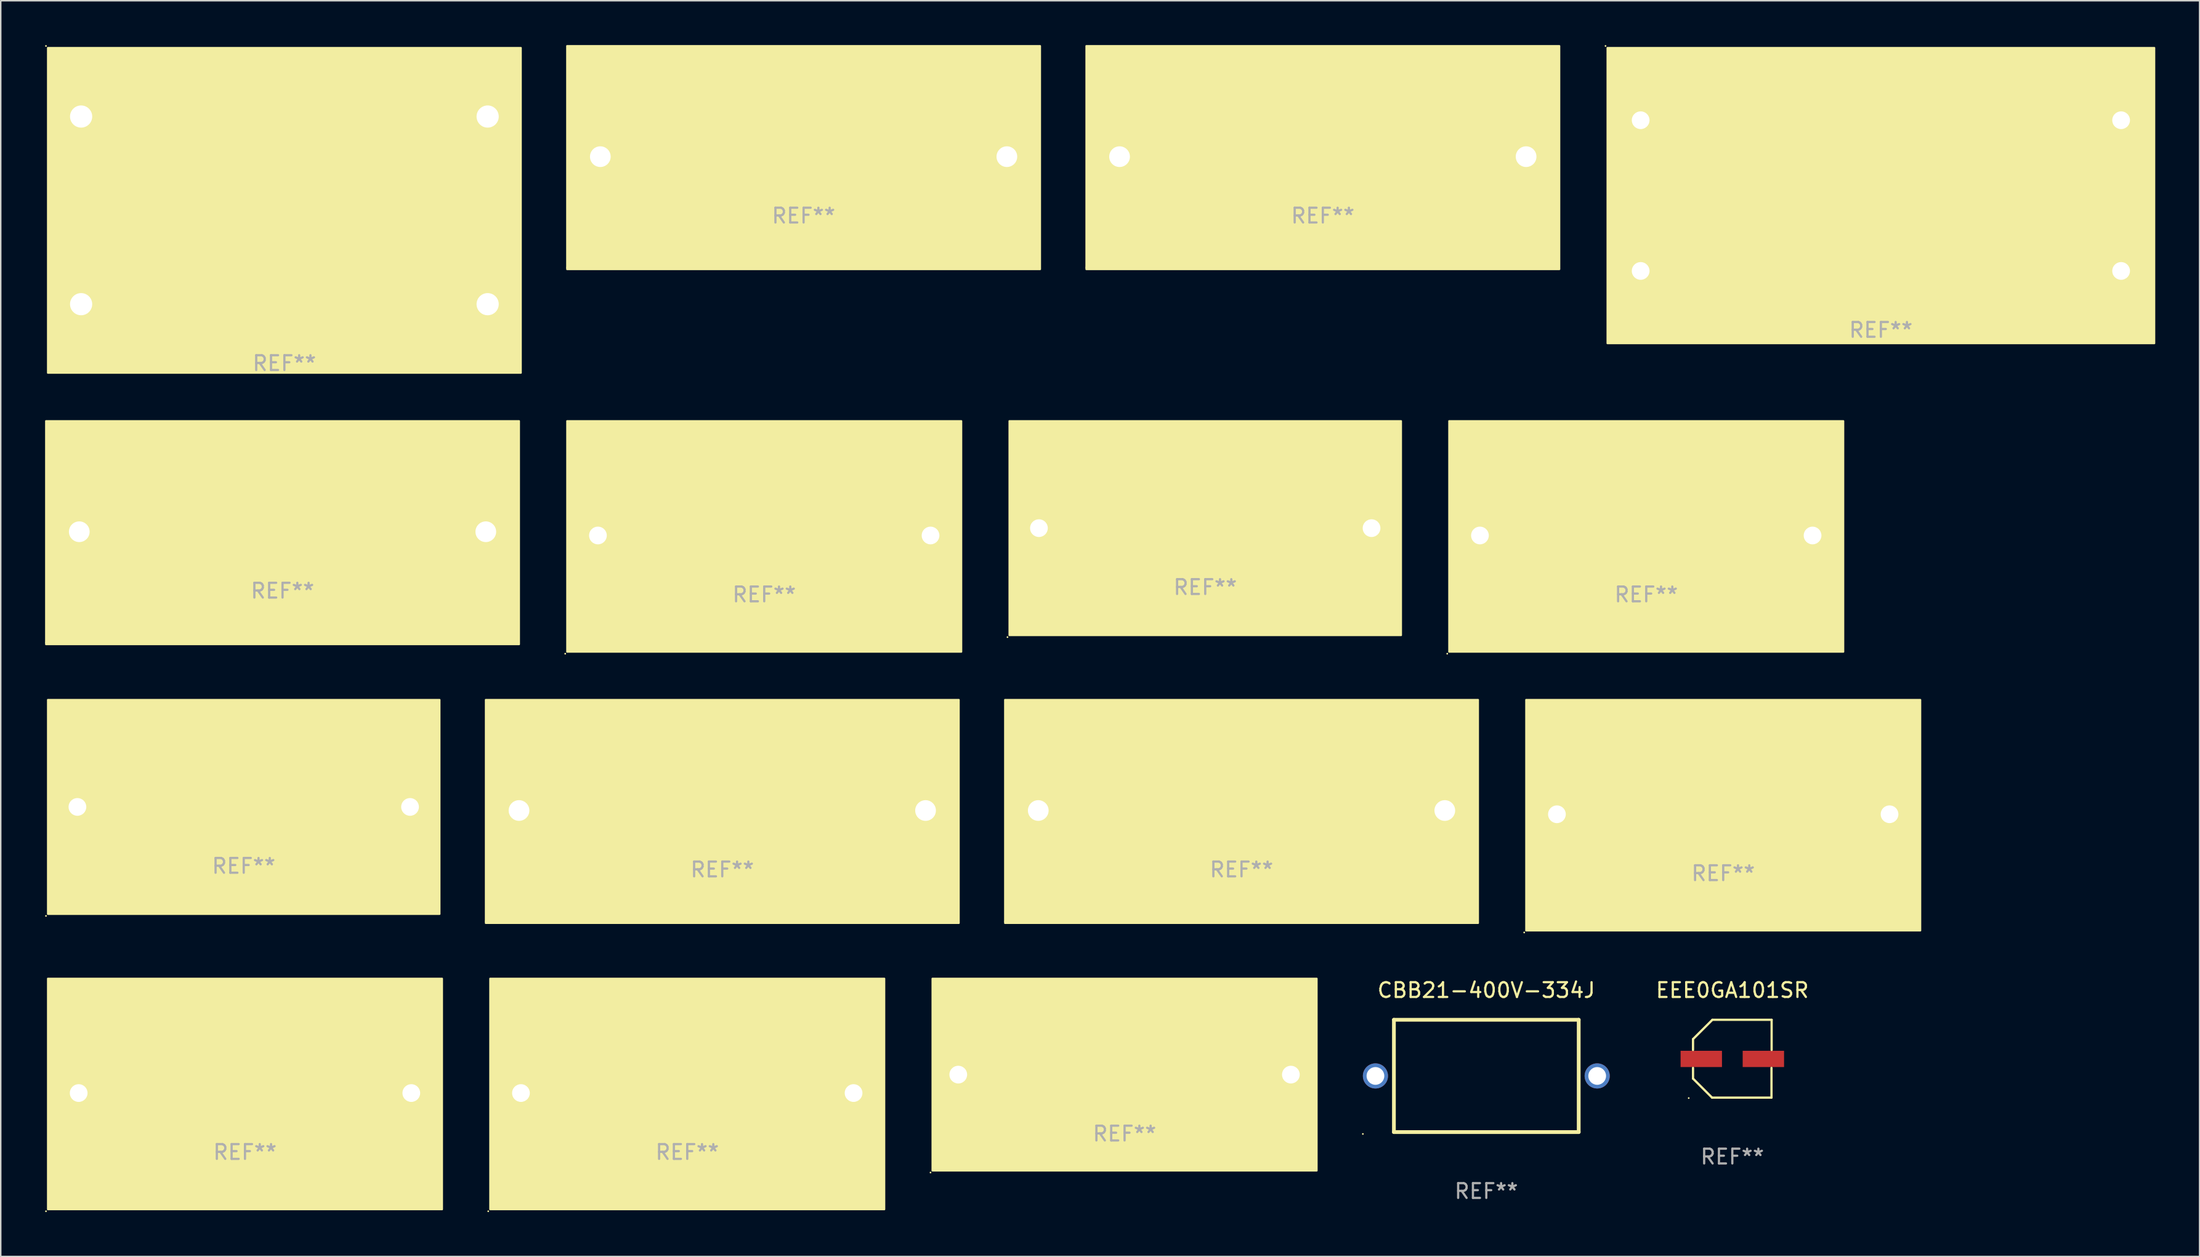
<source format=kicad_pcb>
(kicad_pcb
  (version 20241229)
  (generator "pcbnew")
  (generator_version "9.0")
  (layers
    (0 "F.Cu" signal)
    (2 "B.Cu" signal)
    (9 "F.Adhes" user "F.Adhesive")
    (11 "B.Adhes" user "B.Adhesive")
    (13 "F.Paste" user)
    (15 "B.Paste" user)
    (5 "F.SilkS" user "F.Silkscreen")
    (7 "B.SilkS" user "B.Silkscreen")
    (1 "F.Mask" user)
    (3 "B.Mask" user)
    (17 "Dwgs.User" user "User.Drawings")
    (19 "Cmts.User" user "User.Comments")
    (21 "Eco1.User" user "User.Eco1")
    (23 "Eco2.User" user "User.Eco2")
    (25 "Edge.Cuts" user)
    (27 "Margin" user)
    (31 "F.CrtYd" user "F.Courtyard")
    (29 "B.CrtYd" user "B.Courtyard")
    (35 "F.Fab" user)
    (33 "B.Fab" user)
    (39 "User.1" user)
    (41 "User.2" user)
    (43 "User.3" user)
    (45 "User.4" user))
  (footprint "C45S1684M9SC000"
    (layer "F.Cu")
    (at 113.517 52.06)
    (property "Reference" "C45S1684M9SC000" (at 0 -2 0) (layer "F.SilkS") (effects (font (size 1 1) (thickness 0.15))))
    (attr through_hole)
    (fp_circle (center -13.462 8.001) (end -13.432 8.001) (stroke (width 0.06) (type solid)) (fill no) (layer "F.SilkS"))
    (fp_poly (pts (xy -13.335 -7.747) (xy 13.335 -7.747) (xy 13.335 7.874) (xy -13.335 7.874)) (stroke (width 0.12) (type solid)) (fill yes) (layer "F.SilkS"))
    (fp_text user "REF**" (at 0 4 0) (layer "F.Fab") (effects (font (size 1 1) (thickness 0.15))))
    (pad "1" thru_hole circle (at -11.25 0) (size 2 2) (drill 1.2) (layers "*.Cu" "*.Mask"))
    (pad "2" thru_hole circle (at 11.25 0) (size 2 2) (drill 1.2) (layers "*.Cu" "*.Mask")))
  (footprint "C3D3L205KB00C00"
    (layer "F.Cu")
    (at 86.433 7.553)
    (property "Reference" "C3D3L205KB00C00" (at 0 -2 0) (layer "F.SilkS") (effects (font (size 1 1) (thickness 0.15))))
    (attr through_hole)
    (fp_circle (center -16 7.5) (end -15.97 7.5) (stroke (width 0.06) (type solid)) (fill no) (layer "F.SilkS"))
    (fp_poly (pts (xy -16.002 -7.493) (xy 16.002 -7.493) (xy 16.002 7.62) (xy -16.002 7.62)) (stroke (width 0.12) (type solid)) (fill yes) (layer "F.SilkS"))
    (fp_text user "REF**" (at 0 4 0) (layer "F.Fab") (effects (font (size 1 1) (thickness 0.15))))
    (pad "1" thru_hole circle (at -13.75 0) (size 2.2 2.2) (drill 1.4) (layers "*.Cu" "*.Mask"))
    (pad "2" thru_hole circle (at 13.75 0) (size 2.2 2.2) (drill 1.4) (layers "*.Cu" "*.Mask")))
  (footprint "C4BQ2225MBWC000"
    (layer "F.Cu")
    (at 16.062 32.938)
    (property "Reference" "C4BQ2225MBWC000" (at 0 -2 0) (layer "F.SilkS") (effects (font (size 1 1) (thickness 0.15))))
    (attr through_hole)
    (fp_circle (center -16 7.5) (end -15.97 7.5) (stroke (width 0.06) (type solid)) (fill no) (layer "F.SilkS"))
    (fp_poly (pts (xy -16.002 -7.493) (xy 16.002 -7.493) (xy 16.002 7.62) (xy -16.002 7.62)) (stroke (width 0.12) (type solid)) (fill yes) (layer "F.SilkS"))
    (fp_text user "REF**" (at 0 4 0) (layer "F.Fab") (effects (font (size 1 1) (thickness 0.15))))
    (pad "1" thru_hole circle (at -13.75 0) (size 2.2 2.2) (drill 1.4) (layers "*.Cu" "*.Mask"))
    (pad "2" thru_hole circle (at 13.75 0) (size 2.2 2.2) (drill 1.4) (layers "*.Cu" "*.Mask")))
  (footprint "C42Q2225K9AC320"
    (layer "F.Cu")
    (at 78.478 32.695)
    (property "Reference" "C42Q2225K9AC320" (at 0 -2 0) (layer "F.SilkS") (effects (font (size 1 1) (thickness 0.15))))
    (attr through_hole)
    (fp_circle (center -13.377 7.377) (end -13.347 7.377) (stroke (width 0.06) (type solid)) (fill no) (layer "F.SilkS"))
    (fp_poly (pts (xy -13.25 -7.25) (xy 13.25 -7.25) (xy 13.25 7.25) (xy -13.25 7.25)) (stroke (width 0.12) (type solid)) (fill yes) (layer "F.SilkS"))
    (fp_text user "REF**" (at 0 4 0) (layer "F.Fab") (effects (font (size 1 1) (thickness 0.15))))
    (pad "1" thru_hole circle (at -11.25 0) (size 2 2) (drill 1.2) (layers "*.Cu" "*.Mask"))
    (pad "2" thru_hole circle (at 11.25 0) (size 2 2) (drill 1.2) (layers "*.Cu" "*.Mask")))
  (footprint "C3D1U186JB02382"
    (layer "F.Cu")
    (at 16.187 11.187)
    (property "Reference" "C3D1U186JB02382" (at 0 -8.35 0) (layer "F.SilkS") (effects (font (size 1 1) (thickness 0.15))))
    (attr through_hole)
    (fp_circle (center -16.127 -11.127) (end -16.097 -11.127) (stroke (width 0.06) (type solid)) (fill no) (layer "F.SilkS"))
    (fp_poly (pts (xy -16 -11) (xy 16 -11) (xy 16 11) (xy -16 11)) (stroke (width 0.12) (type solid)) (fill yes) (layer "F.SilkS"))
    (fp_text user "REF**" (at 0 10.35 0) (layer "F.Fab") (effects (font (size 1 1) (thickness 0.15))))
    (pad "1" thru_hole circle (at -13.75 -6.35) (size 2.3 2.3) (drill 1.5) (layers "*.Cu" "*.Mask"))
    (pad "2" thru_hole circle (at 13.75 -6.35) (size 2.3 2.3) (drill 1.5) (layers "*.Cu" "*.Mask"))
    (pad "3" thru_hole circle (at -13.75 6.35) (size 2.3 2.3) (drill 1.5) (layers "*.Cu" "*.Mask"))
    (pad "4" thru_hole circle (at 13.75 6.35) (size 2.3 2.3) (drill 1.5) (layers "*.Cu" "*.Mask")))
  (footprint "CBB21-400V-185J"
    (layer "F.Cu")
    (at 73.021 69.681)
    (property "Reference" "CBB21-400V-185J" (at 0 -2 0) (layer "F.SilkS") (effects (font (size 1 1) (thickness 0.15))))
    (attr through_hole)
    (fp_circle (center -13.127 6.627) (end -13.097 6.627) (stroke (width 0.06) (type solid)) (fill no) (layer "F.SilkS"))
    (fp_poly (pts (xy -13 -6.5) (xy 13 -6.5) (xy 13 6.5) (xy -13 6.5)) (stroke (width 0.12) (type solid)) (fill yes) (layer "F.SilkS"))
    (fp_text user "REF**" (at 0 4 0) (layer "F.Fab") (effects (font (size 1 1) (thickness 0.15))))
    (pad "1" thru_hole circle (at -11.25 0) (size 1.8 1.8) (drill 1.2) (layers "*.Cu" "*.Mask"))
    (pad "2" thru_hole circle (at 11.25 0) (size 1.8 1.8) (drill 1.2) (layers "*.Cu" "*.Mask")))
  (footprint "EEE0GA101SR"
    (layer "F.Cu")
    (at 114.133 68.604)
    (property "Reference" "EEE0GA101SR" (at 0 -4.634 0) (layer "F.SilkS") (effects (font (size 1 1) (thickness 0.15))))
    (attr through_hole)
    (fp_line (start -2.659 -1.326) (end -2.659 -0.592) (stroke (width 0.152) (type solid)) (layer "F.SilkS"))
    (fp_line (start -2.659 1.346) (end -2.659 0.622) (stroke (width 0.152) (type solid)) (layer "F.SilkS"))
    (fp_line (start -1.372 2.634) (end -2.659 1.346) (stroke (width 0.152) (type solid)) (layer "F.SilkS"))
    (fp_line (start -1.349 -2.634) (end -2.659 -1.326) (stroke (width 0.152) (type solid)) (layer "F.SilkS"))
    (fp_line (start 2.649 0.622) (end 2.649 2.634) (stroke (width 0.152) (type solid)) (layer "F.SilkS"))
    (fp_line (start 2.649 2.634) (end -1.372 2.634) (stroke (width 0.152) (type solid)) (layer "F.SilkS"))
    (fp_line (start 2.659 -2.634) (end -1.349 -2.634) (stroke (width 0.152) (type solid)) (layer "F.SilkS"))
    (fp_line (start 2.659 -0.592) (end 2.659 -2.634) (stroke (width 0.152) (type solid)) (layer "F.SilkS"))
    (fp_circle (center -2.95 2.665) (end -2.92 2.665) (stroke (width 0.06) (type solid)) (fill no) (layer "F.SilkS"))
    (fp_text user "REF**" (at 0 6.634 0) (layer "F.Fab") (effects (font (size 1 1) (thickness 0.15))))
    (pad "1" smd rect (at -2.1 0.015) (size 2.8 1.1) (layers "F.Cu" "F.Mask" "F.Paste"))
    (pad "2" smd rect (at 2.1 0.015) (size 2.8 1.1) (layers "F.Cu" "F.Mask" "F.Paste")))
  (footprint "C352J395K9SC000"
    (layer "F.Cu")
    (at 13.522 70.928)
    (property "Reference" "C352J395K9SC000" (at 0 -2 0) (layer "F.SilkS") (effects (font (size 1 1) (thickness 0.15))))
    (attr through_hole)
    (fp_circle (center -13.462 8.001) (end -13.432 8.001) (stroke (width 0.06) (type solid)) (fill no) (layer "F.SilkS"))
    (fp_poly (pts (xy -13.335 -7.747) (xy 13.335 -7.747) (xy 13.335 7.874) (xy -13.335 7.874)) (stroke (width 0.12) (type solid)) (fill yes) (layer "F.SilkS"))
    (fp_text user "REF**" (at 0 4 0) (layer "F.Fab") (effects (font (size 1 1) (thickness 0.15))))
    (pad "1" thru_hole circle (at -11.25 0) (size 2 2) (drill 1.2) (layers "*.Cu" "*.Mask"))
    (pad "2" thru_hole circle (at 11.25 0) (size 2 2) (drill 1.2) (layers "*.Cu" "*.Mask")))
  (footprint "C3D1X405KB00C00"
    (layer "F.Cu")
    (at 51.309 7.553)
    (property "Reference" "C3D1X405KB00C00" (at 0 -2 0) (layer "F.SilkS") (effects (font (size 1 1) (thickness 0.15))))
    (attr through_hole)
    (fp_circle (center -16 7.5) (end -15.97 7.5) (stroke (width 0.06) (type solid)) (fill no) (layer "F.SilkS"))
    (fp_poly (pts (xy -16.002 -7.493) (xy 16.002 -7.493) (xy 16.002 7.62) (xy -16.002 7.62)) (stroke (width 0.12) (type solid)) (fill yes) (layer "F.SilkS"))
    (fp_text user "REF**" (at 0 4 0) (layer "F.Fab") (effects (font (size 1 1) (thickness 0.15))))
    (pad "1" thru_hole circle (at -13.75 0) (size 2.2 2.2) (drill 1.4) (layers "*.Cu" "*.Mask"))
    (pad "2" thru_hole circle (at 13.75 0) (size 2.2 2.2) (drill 1.4) (layers "*.Cu" "*.Mask")))
  (footprint "C42Q2335MBBC380"
    (layer "F.Cu")
    (at 80.933 51.806)
    (property "Reference" "C42Q2335MBBC380" (at 0 -2 0) (layer "F.SilkS") (effects (font (size 1 1) (thickness 0.15))))
    (attr through_hole)
    (fp_circle (center -16 7.5) (end -15.97 7.5) (stroke (width 0.06) (type solid)) (fill no) (layer "F.SilkS"))
    (fp_poly (pts (xy -16.002 -7.493) (xy 16.002 -7.493) (xy 16.002 7.62) (xy -16.002 7.62)) (stroke (width 0.12) (type solid)) (fill yes) (layer "F.SilkS"))
    (fp_text user "REF**" (at 0 4 0) (layer "F.Fab") (effects (font (size 1 1) (thickness 0.15))))
    (pad "1" thru_hole circle (at -13.75 0) (size 2.2 2.2) (drill 1.4) (layers "*.Cu" "*.Mask"))
    (pad "2" thru_hole circle (at 13.75 0) (size 2.2 2.2) (drill 1.4) (layers "*.Cu" "*.Mask")))
  (footprint "C42Q2225M9AC000"
    (layer "F.Cu")
    (at 13.437 51.563)
    (property "Reference" "C42Q2225M9AC000" (at 0 -2 0) (layer "F.SilkS") (effects (font (size 1 1) (thickness 0.15))))
    (attr through_hole)
    (fp_circle (center -13.377 7.377) (end -13.347 7.377) (stroke (width 0.06) (type solid)) (fill no) (layer "F.SilkS"))
    (fp_poly (pts (xy -13.25 -7.25) (xy 13.25 -7.25) (xy 13.25 7.25) (xy -13.25 7.25)) (stroke (width 0.12) (type solid)) (fill yes) (layer "F.SilkS"))
    (fp_text user "REF**" (at 0 4 0) (layer "F.Fab") (effects (font (size 1 1) (thickness 0.15))))
    (pad "1" thru_hole circle (at -11.25 0) (size 2 2) (drill 1.2) (layers "*.Cu" "*.Mask"))
    (pad "2" thru_hole circle (at 11.25 0) (size 2 2) (drill 1.2) (layers "*.Cu" "*.Mask")))
  (footprint "C3H3A125KD0B000"
    (layer "F.Cu")
    (at 124.182 10.187)
    (property "Reference" "C3H3A125KD0B000" (at 0 -7.1 0) (layer "F.SilkS") (effects (font (size 1 1) (thickness 0.15))))
    (attr through_hole)
    (fp_circle (center -18.627 -10.127) (end -18.597 -10.127) (stroke (width 0.06) (type solid)) (fill no) (layer "F.SilkS"))
    (fp_poly (pts (xy -18.5 -10) (xy 18.5 -10) (xy 18.5 10) (xy -18.5 10)) (stroke (width 0.12) (type solid)) (fill yes) (layer "F.SilkS"))
    (fp_text user "REF**" (at 0 9.1 0) (layer "F.Fab") (effects (font (size 1 1) (thickness 0.15))))
    (pad "1" thru_hole circle (at -16.25 -5.1) (size 1.8 1.8) (drill 1.2) (layers "*.Cu" "*.Mask"))
    (pad "2" thru_hole circle (at 16.25 -5.1) (size 1.8 1.8) (drill 1.2) (layers "*.Cu" "*.Mask"))
    (pad "3" thru_hole circle (at -16.25 5.1) (size 1.8 1.8) (drill 1.2) (layers "*.Cu" "*.Mask"))
    (pad "4" thru_hole circle (at 16.25 5.1) (size 1.8 1.8) (drill 1.2) (layers "*.Cu" "*.Mask")))
  (footprint "C42P2225K9SC000"
    (layer "F.Cu")
    (at 48.646 33.192)
    (property "Reference" "C42P2225K9SC000" (at 0 -2 0) (layer "F.SilkS") (effects (font (size 1 1) (thickness 0.15))))
    (attr through_hole)
    (fp_circle (center -13.462 8.001) (end -13.432 8.001) (stroke (width 0.06) (type solid)) (fill no) (layer "F.SilkS"))
    (fp_poly (pts (xy -13.335 -7.747) (xy 13.335 -7.747) (xy 13.335 7.874) (xy -13.335 7.874)) (stroke (width 0.12) (type solid)) (fill yes) (layer "F.SilkS"))
    (fp_text user "REF**" (at 0 4 0) (layer "F.Fab") (effects (font (size 1 1) (thickness 0.15))))
    (pad "1" thru_hole circle (at -11.25 0) (size 2 2) (drill 1.2) (layers "*.Cu" "*.Mask"))
    (pad "2" thru_hole circle (at 11.25 0) (size 2 2) (drill 1.2) (layers "*.Cu" "*.Mask")))
  (footprint "CBB21-400V-334J"
    (layer "F.Cu")
    (at 97.491 69.77)
    (property "Reference" "CBB21-400V-334J" (at 0 -5.8 0) (layer "F.SilkS") (effects (font (size 1 1) (thickness 0.15))))
    (attr through_hole)
    (fp_line (start -6.25 -3.8) (end -6.25 3.8) (stroke (width 0.254) (type solid)) (layer "F.SilkS"))
    (fp_line (start -6.25 -3.8) (end 6.25 -3.8) (stroke (width 0.254) (type solid)) (layer "F.SilkS"))
    (fp_line (start -6.25 3.8) (end 6.25 3.8) (stroke (width 0.254) (type solid)) (layer "F.SilkS"))
    (fp_line (start 6.25 -3.8) (end 6.25 3.8) (stroke (width 0.254) (type solid)) (layer "F.SilkS"))
    (fp_circle (center -8.35 3.927) (end -8.32 3.927) (stroke (width 0.06) (type solid)) (fill no) (layer "F.SilkS"))
    (fp_text user "REF**" (at 0 7.8 0) (layer "F.Fab") (effects (font (size 1 1) (thickness 0.15))))
    (pad "1" thru_hole circle (at -7.5 0) (size 1.7 1.7) (drill 1.2) (layers "*.Cu" "*.Mask"))
    (pad "2" thru_hole circle (at 7.5 0) (size 1.7 1.7) (drill 1.2) (layers "*.Cu" "*.Mask")))
  (footprint "C42Q2225K9SC000"
    (layer "F.Cu")
    (at 108.31 33.192)
    (property "Reference" "C42Q2225K9SC000" (at 0 -2 0) (layer "F.SilkS") (effects (font (size 1 1) (thickness 0.15))))
    (attr through_hole)
    (fp_circle (center -13.462 8.001) (end -13.432 8.001) (stroke (width 0.06) (type solid)) (fill no) (layer "F.SilkS"))
    (fp_poly (pts (xy -13.335 -7.747) (xy 13.335 -7.747) (xy 13.335 7.874) (xy -13.335 7.874)) (stroke (width 0.12) (type solid)) (fill yes) (layer "F.SilkS"))
    (fp_text user "REF**" (at 0 4 0) (layer "F.Fab") (effects (font (size 1 1) (thickness 0.15))))
    (pad "1" thru_hole circle (at -11.25 0) (size 2 2) (drill 1.2) (layers "*.Cu" "*.Mask"))
    (pad "2" thru_hole circle (at 11.25 0) (size 2 2) (drill 1.2) (layers "*.Cu" "*.Mask")))
  (footprint "C42Q2335MBBC000"
    (layer "F.Cu")
    (at 45.809 51.806)
    (property "Reference" "C42Q2335MBBC000" (at 0 -2 0) (layer "F.SilkS") (effects (font (size 1 1) (thickness 0.15))))
    (attr through_hole)
    (fp_circle (center -16 7.5) (end -15.97 7.5) (stroke (width 0.06) (type solid)) (fill no) (layer "F.SilkS"))
    (fp_poly (pts (xy -16.002 -7.493) (xy 16.002 -7.493) (xy 16.002 7.62) (xy -16.002 7.62)) (stroke (width 0.12) (type solid)) (fill yes) (layer "F.SilkS"))
    (fp_text user "REF**" (at 0 4 0) (layer "F.Fab") (effects (font (size 1 1) (thickness 0.15))))
    (pad "1" thru_hole circle (at -13.75 0) (size 2.2 2.2) (drill 1.4) (layers "*.Cu" "*.Mask"))
    (pad "2" thru_hole circle (at 13.75 0) (size 2.2 2.2) (drill 1.4) (layers "*.Cu" "*.Mask")))
  (footprint "C352S825K9SC000"
    (layer "F.Cu")
    (at 43.439 70.928)
    (property "Reference" "C352S825K9SC000" (at 0 -2 0) (layer "F.SilkS") (effects (font (size 1 1) (thickness 0.15))))
    (attr through_hole)
    (fp_circle (center -13.462 8.001) (end -13.432 8.001) (stroke (width 0.06) (type solid)) (fill no) (layer "F.SilkS"))
    (fp_poly (pts (xy -13.335 -7.747) (xy 13.335 -7.747) (xy 13.335 7.874) (xy -13.335 7.874)) (stroke (width 0.12) (type solid)) (fill yes) (layer "F.SilkS"))
    (fp_text user "REF**" (at 0 4 0) (layer "F.Fab") (effects (font (size 1 1) (thickness 0.15))))
    (pad "1" thru_hole circle (at -11.25 0) (size 2 2) (drill 1.2) (layers "*.Cu" "*.Mask"))
    (pad "2" thru_hole circle (at 11.25 0) (size 2 2) (drill 1.2) (layers "*.Cu" "*.Mask")))
  (gr_rect
    (start -3 -3)
    (end 145.742 81.989)
    (stroke (width 0.1) (type default))
    (fill no)
    (layer "Edge.Cuts")))
</source>
